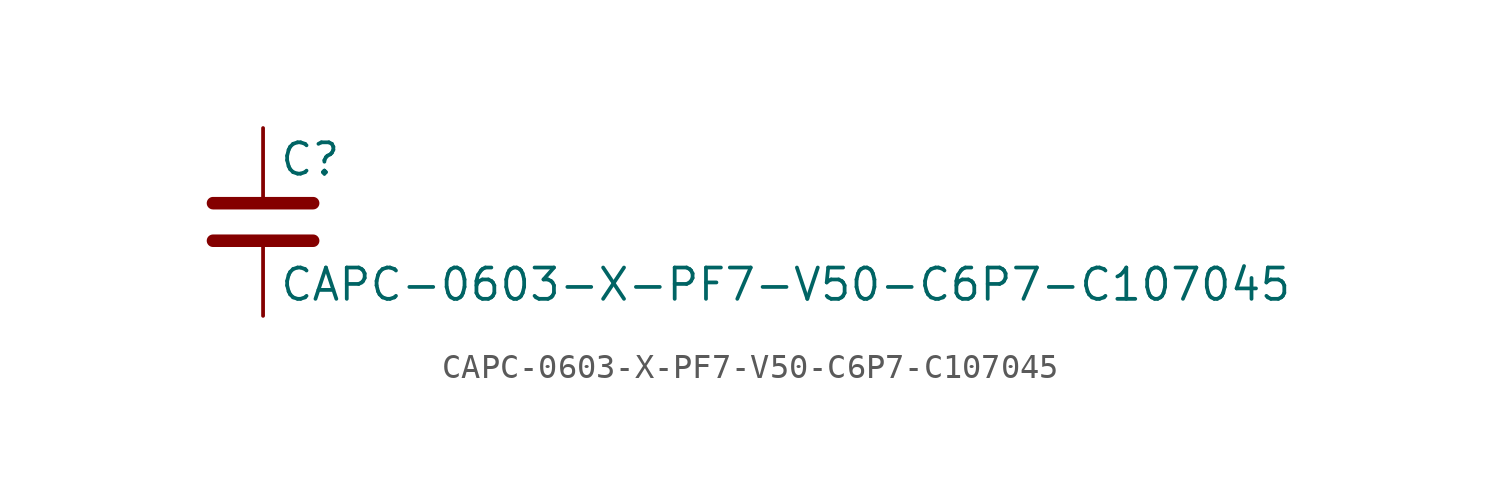
<source format=kicad_sym>
(kicad_symbol_lib
  (version 20211014)
  (generator kicad_symbol_editor)
  (symbol "CAPC-0603-X-PF7-V50-C6P7-C107045"
    (pin_numbers hide)
    (pin_names
      (offset 0.254))
    (property "Reference" "C"
      (at 0.635 2.54 0)
      (effects (font (size 1.27 1.27)) (justify left)))
    (property "Value" "CAPC-0603-X-PF7-V50-C6P7-C107045"
      (at 0.635 -2.54 0)
      (effects (font (size 1.27 1.27)) (justify left)))
    (symbol "CAPC-0603-X-PF7-V50-C6P7-C107045_0_1"
      (polyline (pts (xy -2.032 -0.762) (xy 2.032 -0.762)) (stroke (width 0.508) (type default) (color 0 0 0 0)) (fill (type none)))
      (polyline (pts (xy -2.032 0.762) (xy 2.032 0.762)) (stroke (width 0.508) (type default) (color 0 0 0 0)) (fill (type none))))
    (symbol "CAPC-0603-X-PF7-V50-C6P7-C107045_1_1"
      (pin passive line (at 0 3.81 270) (length 2.794) (name "~" (effects (font (size 1.27 1.27)))) (number "1" (effects (font (size 1.27 1.27)))))
      (pin passive line (at 0 -3.81 90) (length 2.794) (name "~" (effects (font (size 1.27 1.27)))) (number "2" (effects (font (size 1.27 1.27))))))))
</source>
